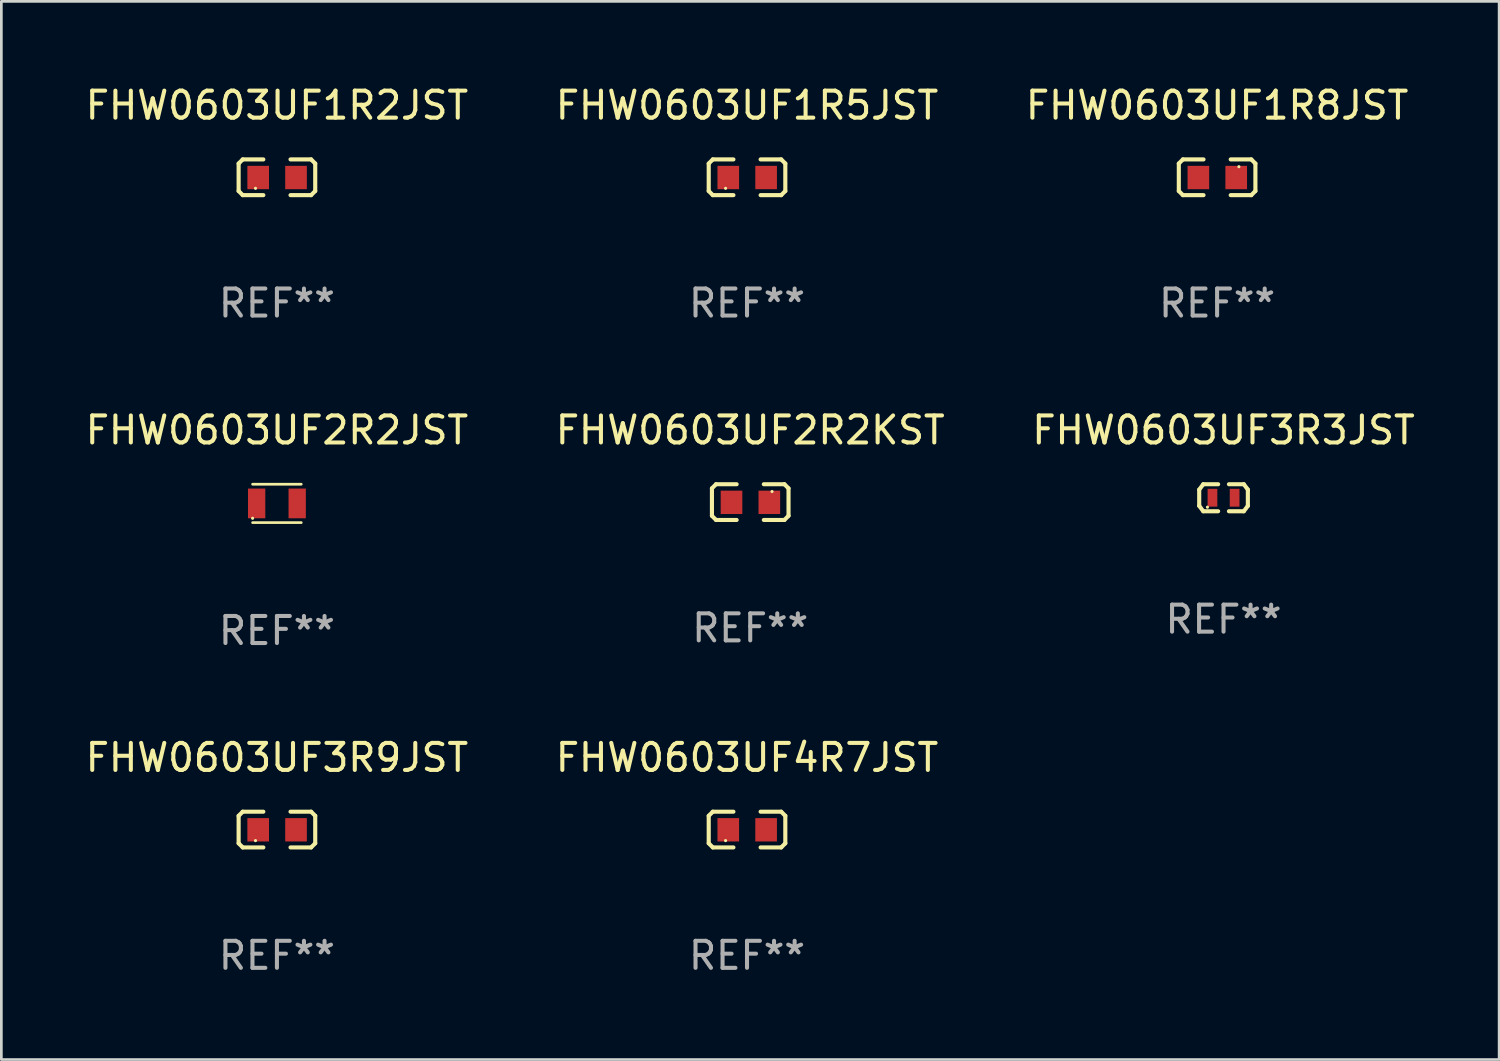
<source format=kicad_pcb>
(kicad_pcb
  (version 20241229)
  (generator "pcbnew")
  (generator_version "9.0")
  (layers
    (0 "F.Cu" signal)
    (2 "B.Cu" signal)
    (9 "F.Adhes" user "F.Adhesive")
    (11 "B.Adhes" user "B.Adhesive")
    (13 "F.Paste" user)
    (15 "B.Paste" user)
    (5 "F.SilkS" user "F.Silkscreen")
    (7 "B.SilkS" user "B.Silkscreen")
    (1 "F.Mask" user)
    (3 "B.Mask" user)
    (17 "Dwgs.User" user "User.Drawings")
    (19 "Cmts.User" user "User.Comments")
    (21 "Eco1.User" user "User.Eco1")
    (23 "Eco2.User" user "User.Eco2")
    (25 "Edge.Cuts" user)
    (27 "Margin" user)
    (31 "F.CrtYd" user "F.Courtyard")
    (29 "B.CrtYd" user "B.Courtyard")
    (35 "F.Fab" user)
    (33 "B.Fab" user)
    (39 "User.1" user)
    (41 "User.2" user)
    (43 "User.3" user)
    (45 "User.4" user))
  (footprint "FHW0603UF4R7JST"
    (layer "F.Cu")
    (at 24.589 27.643)
    (property "Reference" "FHW0603UF4R7JST" (at 0 -2.661 0) (layer "F.SilkS") (effects (font (size 1 1) (thickness 0.15))))
    (attr through_hole)
    (fp_line (start -1.417 -0.508) (end -1.265 -0.661) (stroke (width 0.152) (type solid)) (layer "F.SilkS"))
    (fp_line (start -1.417 0.508) (end -1.417 -0.508) (stroke (width 0.152) (type solid)) (layer "F.SilkS"))
    (fp_line (start -1.265 -0.661) (end -0.503 -0.661) (stroke (width 0.152) (type solid)) (layer "F.SilkS"))
    (fp_line (start -1.265 0.661) (end -1.417 0.508) (stroke (width 0.152) (type solid)) (layer "F.SilkS"))
    (fp_line (start -1.265 0.661) (end -0.503 0.661) (stroke (width 0.152) (type solid)) (layer "F.SilkS"))
    (fp_line (start 1.265 -0.661) (end 0.503 -0.661) (stroke (width 0.152) (type solid)) (layer "F.SilkS"))
    (fp_line (start 1.265 -0.661) (end 1.417 -0.508) (stroke (width 0.152) (type solid)) (layer "F.SilkS"))
    (fp_line (start 1.265 0.661) (end 0.503 0.661) (stroke (width 0.152) (type solid)) (layer "F.SilkS"))
    (fp_line (start 1.417 -0.508) (end 1.417 0.508) (stroke (width 0.152) (type solid)) (layer "F.SilkS"))
    (fp_line (start 1.417 0.508) (end 1.265 0.661) (stroke (width 0.152) (type solid)) (layer "F.SilkS"))
    (fp_circle (center -0.793 0.409) (end -0.763 0.409) (stroke (width 0.06) (type solid)) (fill no) (layer "F.SilkS"))
    (fp_text user "REF**" (at 0 4.661 0) (layer "F.Fab") (effects (font (size 1 1) (thickness 0.15))))
    (pad "1" smd rect (at -0.693 0.009 180) (size 0.8 0.864) (layers "F.Cu" "F.Mask" "F.Paste"))
    (pad "2" smd rect (at 0.707 0.009 180) (size 0.8 0.864) (layers "F.Cu" "F.Mask" "F.Paste")))
  (footprint "FHW0603UF1R5JST"
    (layer "F.Cu")
    (at 24.589 3.509)
    (property "Reference" "FHW0603UF1R5JST" (at 0 -2.661 0) (layer "F.SilkS") (effects (font (size 1 1) (thickness 0.15))))
    (attr through_hole)
    (fp_line (start -1.417 -0.508) (end -1.265 -0.661) (stroke (width 0.152) (type solid)) (layer "F.SilkS"))
    (fp_line (start -1.417 0.508) (end -1.417 -0.508) (stroke (width 0.152) (type solid)) (layer "F.SilkS"))
    (fp_line (start -1.265 -0.661) (end -0.503 -0.661) (stroke (width 0.152) (type solid)) (layer "F.SilkS"))
    (fp_line (start -1.265 0.661) (end -1.417 0.508) (stroke (width 0.152) (type solid)) (layer "F.SilkS"))
    (fp_line (start -1.265 0.661) (end -0.503 0.661) (stroke (width 0.152) (type solid)) (layer "F.SilkS"))
    (fp_line (start 1.265 -0.661) (end 0.503 -0.661) (stroke (width 0.152) (type solid)) (layer "F.SilkS"))
    (fp_line (start 1.265 -0.661) (end 1.417 -0.508) (stroke (width 0.152) (type solid)) (layer "F.SilkS"))
    (fp_line (start 1.265 0.661) (end 0.503 0.661) (stroke (width 0.152) (type solid)) (layer "F.SilkS"))
    (fp_line (start 1.417 -0.508) (end 1.417 0.508) (stroke (width 0.152) (type solid)) (layer "F.SilkS"))
    (fp_line (start 1.417 0.508) (end 1.265 0.661) (stroke (width 0.152) (type solid)) (layer "F.SilkS"))
    (fp_circle (center -0.793 0.409) (end -0.763 0.409) (stroke (width 0.06) (type solid)) (fill no) (layer "F.SilkS"))
    (fp_text user "REF**" (at 0 4.661 0) (layer "F.Fab") (effects (font (size 1 1) (thickness 0.15))))
    (pad "1" smd rect (at -0.693 0.009 180) (size 0.8 0.864) (layers "F.Cu" "F.Mask" "F.Paste"))
    (pad "2" smd rect (at 0.707 0.009 180) (size 0.8 0.864) (layers "F.Cu" "F.Mask" "F.Paste")))
  (footprint "FHW0603UF1R2JST"
    (layer "F.Cu")
    (at 7.196 3.509)
    (property "Reference" "FHW0603UF1R2JST" (at 0 -2.661 0) (layer "F.SilkS") (effects (font (size 1 1) (thickness 0.15))))
    (attr through_hole)
    (fp_line (start -1.417 -0.508) (end -1.265 -0.661) (stroke (width 0.152) (type solid)) (layer "F.SilkS"))
    (fp_line (start -1.417 0.508) (end -1.417 -0.508) (stroke (width 0.152) (type solid)) (layer "F.SilkS"))
    (fp_line (start -1.265 -0.661) (end -0.503 -0.661) (stroke (width 0.152) (type solid)) (layer "F.SilkS"))
    (fp_line (start -1.265 0.661) (end -1.417 0.508) (stroke (width 0.152) (type solid)) (layer "F.SilkS"))
    (fp_line (start -1.265 0.661) (end -0.503 0.661) (stroke (width 0.152) (type solid)) (layer "F.SilkS"))
    (fp_line (start 1.265 -0.661) (end 0.503 -0.661) (stroke (width 0.152) (type solid)) (layer "F.SilkS"))
    (fp_line (start 1.265 -0.661) (end 1.417 -0.508) (stroke (width 0.152) (type solid)) (layer "F.SilkS"))
    (fp_line (start 1.265 0.661) (end 0.503 0.661) (stroke (width 0.152) (type solid)) (layer "F.SilkS"))
    (fp_line (start 1.417 -0.508) (end 1.417 0.508) (stroke (width 0.152) (type solid)) (layer "F.SilkS"))
    (fp_line (start 1.417 0.508) (end 1.265 0.661) (stroke (width 0.152) (type solid)) (layer "F.SilkS"))
    (fp_circle (center -0.793 0.409) (end -0.763 0.409) (stroke (width 0.06) (type solid)) (fill no) (layer "F.SilkS"))
    (fp_text user "REF**" (at 0 4.661 0) (layer "F.Fab") (effects (font (size 1 1) (thickness 0.15))))
    (pad "1" smd rect (at -0.693 0.009 180) (size 0.8 0.864) (layers "F.Cu" "F.Mask" "F.Paste"))
    (pad "2" smd rect (at 0.707 0.009 180) (size 0.8 0.864) (layers "F.Cu" "F.Mask" "F.Paste")))
  (footprint "FHW0603UF1R8JST"
    (layer "F.Cu")
    (at 41.982 3.509)
    (property "Reference" "FHW0603UF1R8JST" (at 0 -2.661 0) (layer "F.SilkS") (effects (font (size 1 1) (thickness 0.15))))
    (attr through_hole)
    (fp_line (start -1.417 -0.508) (end -1.265 -0.661) (stroke (width 0.152) (type solid)) (layer "F.SilkS"))
    (fp_line (start -1.417 0.508) (end -1.417 -0.508) (stroke (width 0.152) (type solid)) (layer "F.SilkS"))
    (fp_line (start -1.265 -0.661) (end -0.503 -0.661) (stroke (width 0.152) (type solid)) (layer "F.SilkS"))
    (fp_line (start -1.265 0.661) (end -1.417 0.508) (stroke (width 0.152) (type solid)) (layer "F.SilkS"))
    (fp_line (start -1.265 0.661) (end -0.503 0.661) (stroke (width 0.152) (type solid)) (layer "F.SilkS"))
    (fp_line (start 1.265 -0.661) (end 0.503 -0.661) (stroke (width 0.152) (type solid)) (layer "F.SilkS"))
    (fp_line (start 1.265 -0.661) (end 1.417 -0.508) (stroke (width 0.152) (type solid)) (layer "F.SilkS"))
    (fp_line (start 1.265 0.661) (end 0.503 0.661) (stroke (width 0.152) (type solid)) (layer "F.SilkS"))
    (fp_line (start 1.417 -0.508) (end 1.417 0.508) (stroke (width 0.152) (type solid)) (layer "F.SilkS"))
    (fp_line (start 1.417 0.508) (end 1.265 0.661) (stroke (width 0.152) (type solid)) (layer "F.SilkS"))
    (fp_circle (center 0.807 -0.391) (end 0.837 -0.391) (stroke (width 0.06) (type solid)) (fill no) (layer "F.SilkS"))
    (fp_text user "REF**" (at 0 4.661 0) (layer "F.Fab") (effects (font (size 1 1) (thickness 0.15))))
    (pad "1" smd rect (at 0.707 0.009 180) (size 0.8 0.864) (layers "F.Cu" "F.Mask" "F.Paste"))
    (pad "2" smd rect (at -0.693 0.009 180) (size 0.8 0.864) (layers "F.Cu" "F.Mask" "F.Paste")))
  (footprint "FHW0603UF3R3JST"
    (layer "F.Cu")
    (at 42.22 15.366)
    (property "Reference" "FHW0603UF3R3JST" (at 0 -2.5 0) (layer "F.SilkS") (effects (font (size 1 1) (thickness 0.15))))
    (attr through_hole)
    (fp_line (start -0.9 -0.3) (end -0.9 0.3) (stroke (width 0.152) (type solid)) (layer "F.SilkS"))
    (fp_line (start -0.9 0.3) (end -0.75 0.5) (stroke (width 0.152) (type solid)) (layer "F.SilkS"))
    (fp_line (start -0.75 -0.5) (end -0.9 -0.3) (stroke (width 0.152) (type solid)) (layer "F.SilkS"))
    (fp_line (start -0.75 -0.5) (end -0.2 -0.5) (stroke (width 0.152) (type solid)) (layer "F.SilkS"))
    (fp_line (start -0.75 0.5) (end -0.2 0.5) (stroke (width 0.152) (type solid)) (layer "F.SilkS"))
    (fp_line (start 0.75 -0.5) (end 0.2 -0.5) (stroke (width 0.152) (type solid)) (layer "F.SilkS"))
    (fp_line (start 0.75 -0.5) (end 0.9 -0.3) (stroke (width 0.152) (type solid)) (layer "F.SilkS"))
    (fp_line (start 0.75 0.5) (end 0.2 0.5) (stroke (width 0.152) (type solid)) (layer "F.SilkS"))
    (fp_line (start 0.9 -0.3) (end 0.9 0.3) (stroke (width 0.152) (type solid)) (layer "F.SilkS"))
    (fp_line (start 0.9 0.3) (end 0.75 0.5) (stroke (width 0.152) (type solid)) (layer "F.SilkS"))
    (fp_circle (center -0.595 0.35) (end -0.565 0.35) (stroke (width 0.06) (type solid)) (fill no) (layer "F.SilkS"))
    (fp_text user "REF**" (at 0 4.5 0) (layer "F.Fab") (effects (font (size 1 1) (thickness 0.15))))
    (pad "1" smd rect (at -0.41 0.000013 90) (size 0.66 0.36) (layers "F.Cu" "F.Mask" "F.Paste"))
    (pad "2" smd rect (at 0.41 0.000013 90) (size 0.66 0.36) (layers "F.Cu" "F.Mask" "F.Paste")))
  (footprint "FHW0603UF2R2JST"
    (layer "F.Cu")
    (at 7.196 15.576)
    (property "Reference" "FHW0603UF2R2JST" (at 0 -2.71 0) (layer "F.SilkS") (effects (font (size 1 1) (thickness 0.15))))
    (attr through_hole)
    (fp_line (start -0.9 -0.71) (end 0.9 -0.71) (stroke (width 0.1) (type solid)) (layer "F.SilkS"))
    (fp_line (start 0.9 0.71) (end -0.9 0.71) (stroke (width 0.1) (type solid)) (layer "F.SilkS"))
    (fp_circle (center -0.9 0.55) (end -0.87 0.55) (stroke (width 0.06) (type solid)) (fill no) (layer "F.SilkS"))
    (fp_text user "REF**" (at 0 4.71 0) (layer "F.Fab") (effects (font (size 1 1) (thickness 0.15))))
    (pad "1" smd rect (at -0.75 0) (size 0.64 1.1) (layers "F.Cu" "F.Mask" "F.Paste"))
    (pad "2" smd rect (at 0.75 0) (size 0.64 1.1) (layers "F.Cu" "F.Mask" "F.Paste")))
  (footprint "FHW0603UF3R9JST"
    (layer "F.Cu")
    (at 7.196 27.643)
    (property "Reference" "FHW0603UF3R9JST" (at 0 -2.661 0) (layer "F.SilkS") (effects (font (size 1 1) (thickness 0.15))))
    (attr through_hole)
    (fp_line (start -1.417 -0.508) (end -1.265 -0.661) (stroke (width 0.152) (type solid)) (layer "F.SilkS"))
    (fp_line (start -1.417 0.508) (end -1.417 -0.508) (stroke (width 0.152) (type solid)) (layer "F.SilkS"))
    (fp_line (start -1.265 -0.661) (end -0.503 -0.661) (stroke (width 0.152) (type solid)) (layer "F.SilkS"))
    (fp_line (start -1.265 0.661) (end -1.417 0.508) (stroke (width 0.152) (type solid)) (layer "F.SilkS"))
    (fp_line (start -1.265 0.661) (end -0.503 0.661) (stroke (width 0.152) (type solid)) (layer "F.SilkS"))
    (fp_line (start 1.265 -0.661) (end 0.503 -0.661) (stroke (width 0.152) (type solid)) (layer "F.SilkS"))
    (fp_line (start 1.265 -0.661) (end 1.417 -0.508) (stroke (width 0.152) (type solid)) (layer "F.SilkS"))
    (fp_line (start 1.265 0.661) (end 0.503 0.661) (stroke (width 0.152) (type solid)) (layer "F.SilkS"))
    (fp_line (start 1.417 -0.508) (end 1.417 0.508) (stroke (width 0.152) (type solid)) (layer "F.SilkS"))
    (fp_line (start 1.417 0.508) (end 1.265 0.661) (stroke (width 0.152) (type solid)) (layer "F.SilkS"))
    (fp_circle (center -0.793 0.409) (end -0.763 0.409) (stroke (width 0.06) (type solid)) (fill no) (layer "F.SilkS"))
    (fp_text user "REF**" (at 0 4.661 0) (layer "F.Fab") (effects (font (size 1 1) (thickness 0.15))))
    (pad "1" smd rect (at -0.693 0.009 180) (size 0.8 0.864) (layers "F.Cu" "F.Mask" "F.Paste"))
    (pad "2" smd rect (at 0.707 0.009 180) (size 0.8 0.864) (layers "F.Cu" "F.Mask" "F.Paste")))
  (footprint "FHW0603UF2R2KST"
    (layer "F.Cu")
    (at 24.708 15.527)
    (property "Reference" "FHW0603UF2R2KST" (at 0 -2.661 0) (layer "F.SilkS") (effects (font (size 1 1) (thickness 0.15))))
    (attr through_hole)
    (fp_line (start -1.417 -0.508) (end -1.265 -0.661) (stroke (width 0.152) (type solid)) (layer "F.SilkS"))
    (fp_line (start -1.417 0.508) (end -1.417 -0.508) (stroke (width 0.152) (type solid)) (layer "F.SilkS"))
    (fp_line (start -1.265 -0.661) (end -0.503 -0.661) (stroke (width 0.152) (type solid)) (layer "F.SilkS"))
    (fp_line (start -1.265 0.661) (end -1.417 0.508) (stroke (width 0.152) (type solid)) (layer "F.SilkS"))
    (fp_line (start -1.265 0.661) (end -0.503 0.661) (stroke (width 0.152) (type solid)) (layer "F.SilkS"))
    (fp_line (start 1.265 -0.661) (end 0.503 -0.661) (stroke (width 0.152) (type solid)) (layer "F.SilkS"))
    (fp_line (start 1.265 -0.661) (end 1.417 -0.508) (stroke (width 0.152) (type solid)) (layer "F.SilkS"))
    (fp_line (start 1.265 0.661) (end 0.503 0.661) (stroke (width 0.152) (type solid)) (layer "F.SilkS"))
    (fp_line (start 1.417 -0.508) (end 1.417 0.508) (stroke (width 0.152) (type solid)) (layer "F.SilkS"))
    (fp_line (start 1.417 0.508) (end 1.265 0.661) (stroke (width 0.152) (type solid)) (layer "F.SilkS"))
    (fp_circle (center 0.807 -0.391) (end 0.837 -0.391) (stroke (width 0.06) (type solid)) (fill no) (layer "F.SilkS"))
    (fp_text user "REF**" (at 0 4.661 0) (layer "F.Fab") (effects (font (size 1 1) (thickness 0.15))))
    (pad "1" smd rect (at 0.707 0.009 180) (size 0.8 0.864) (layers "F.Cu" "F.Mask" "F.Paste"))
    (pad "2" smd rect (at -0.693 0.009 180) (size 0.8 0.864) (layers "F.Cu" "F.Mask" "F.Paste")))
  (gr_rect
    (start -3 -3)
    (end 52.417 36.152)
    (stroke (width 0.1) (type default))
    (fill no)
    (layer "Edge.Cuts")))
</source>
